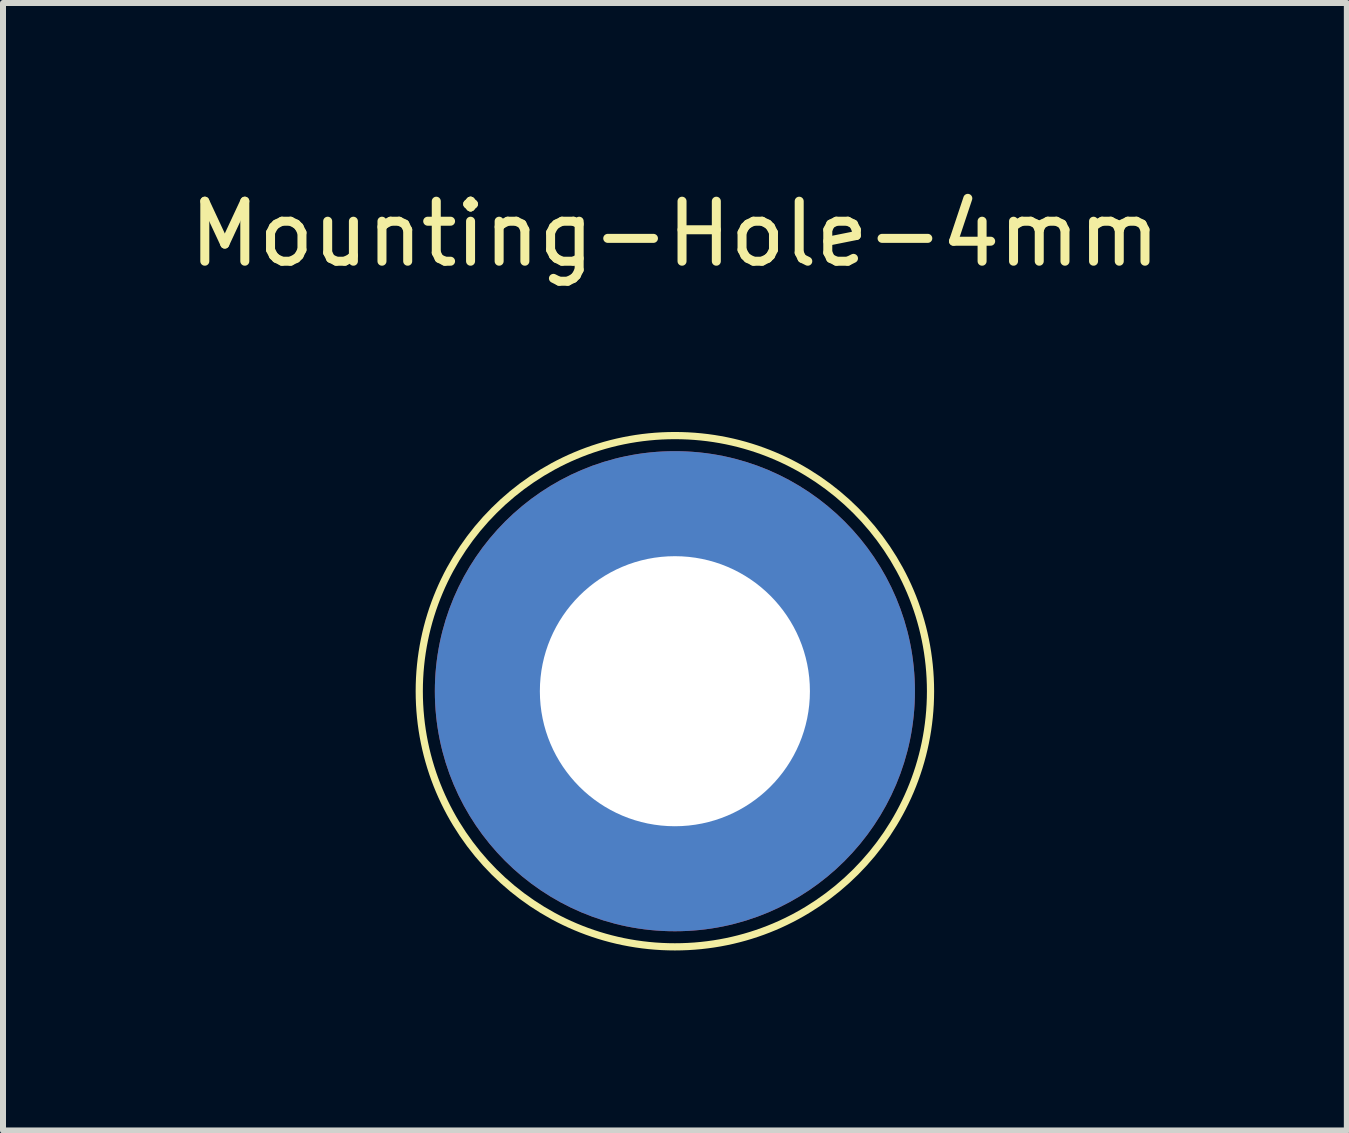
<source format=kicad_pcb>
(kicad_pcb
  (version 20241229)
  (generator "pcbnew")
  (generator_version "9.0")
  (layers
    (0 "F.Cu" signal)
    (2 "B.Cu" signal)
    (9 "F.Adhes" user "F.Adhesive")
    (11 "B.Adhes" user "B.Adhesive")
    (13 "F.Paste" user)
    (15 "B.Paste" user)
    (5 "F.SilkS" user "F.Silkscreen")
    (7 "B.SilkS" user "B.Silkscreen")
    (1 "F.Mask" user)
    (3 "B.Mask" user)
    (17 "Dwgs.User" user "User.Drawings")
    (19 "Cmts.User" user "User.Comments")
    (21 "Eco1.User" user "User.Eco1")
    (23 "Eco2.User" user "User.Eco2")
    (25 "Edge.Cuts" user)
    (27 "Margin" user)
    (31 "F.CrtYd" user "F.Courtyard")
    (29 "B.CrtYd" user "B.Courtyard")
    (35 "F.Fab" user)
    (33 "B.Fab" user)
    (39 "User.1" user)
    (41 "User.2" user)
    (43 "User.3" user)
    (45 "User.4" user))
  (footprint "Mounting-Hole-4mm"
    (layer "F.Cu")
    (at 8.196 8.468)
    (property "Reference" "Mounting-Hole-4mm" (at 0 -7.62 0) (unlocked yes) (layer "F.SilkS") (effects (font (size 1 1) (thickness 0.15))))
    (attr through_hole)
    (fp_circle (center 0 0) (end 3.81 1.905) (stroke (width 0.12) (type solid)) (fill no) (layer "F.SilkS"))
    (pad "1" thru_hole circle (at 0 0) (size 8 8) (drill 4.5) (layers "*.Cu" "*.Mask")))
  (gr_rect
    (start -3 -3)
    (end 19.393 15.788)
    (stroke (width 0.1) (type default))
    (fill no)
    (layer "Edge.Cuts")))
</source>
